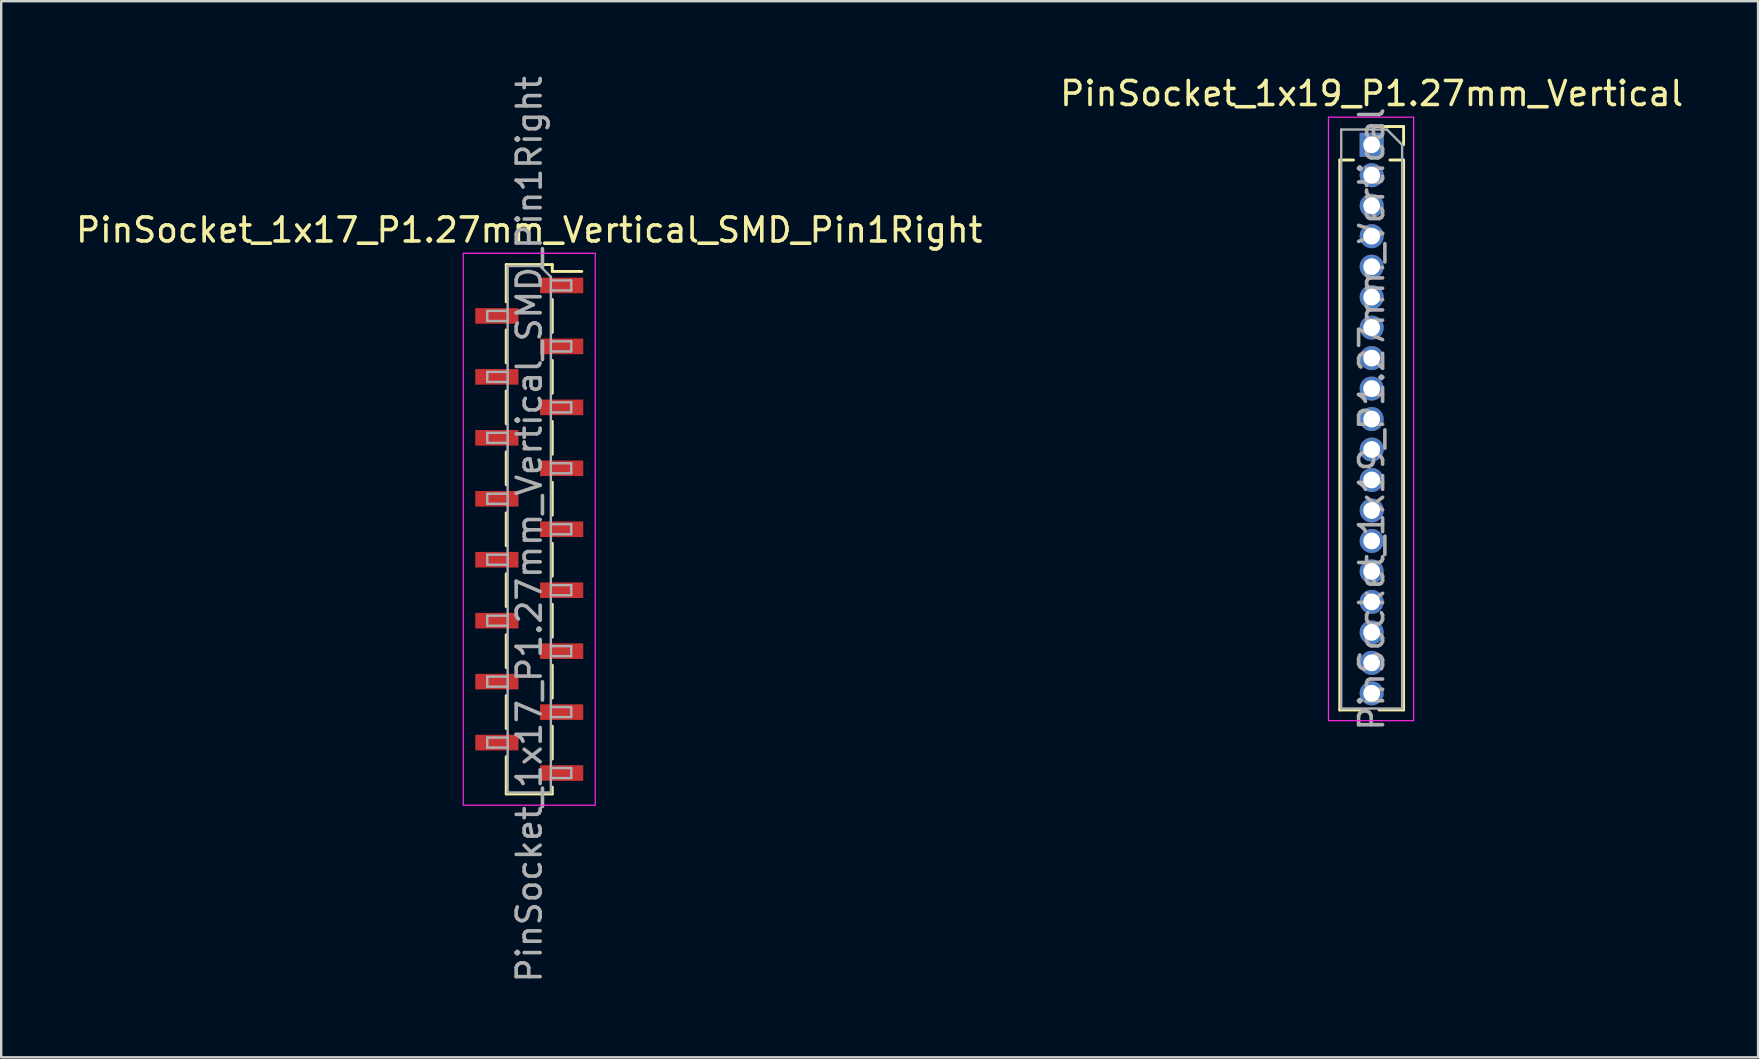
<source format=kicad_pcb>
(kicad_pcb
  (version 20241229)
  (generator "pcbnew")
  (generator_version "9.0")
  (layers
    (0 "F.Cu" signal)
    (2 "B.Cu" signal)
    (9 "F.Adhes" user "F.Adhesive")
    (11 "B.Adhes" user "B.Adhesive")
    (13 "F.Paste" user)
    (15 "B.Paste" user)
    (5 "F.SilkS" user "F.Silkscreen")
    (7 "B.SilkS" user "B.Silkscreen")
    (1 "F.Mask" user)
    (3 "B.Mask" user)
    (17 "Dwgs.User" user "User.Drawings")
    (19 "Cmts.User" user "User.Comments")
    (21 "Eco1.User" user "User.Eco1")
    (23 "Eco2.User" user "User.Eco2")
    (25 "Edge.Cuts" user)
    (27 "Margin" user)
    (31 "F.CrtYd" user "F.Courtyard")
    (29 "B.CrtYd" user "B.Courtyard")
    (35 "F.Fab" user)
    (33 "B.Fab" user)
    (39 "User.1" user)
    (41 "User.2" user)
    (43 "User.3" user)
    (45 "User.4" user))
  (footprint "PinSocket_1x19_P1.27mm_Vertical"
    (layer "F.Cu")
    (at 54.113 2.983)
    (property "Reference" "PinSocket_1x19_P1.27mm_Vertical" (at 0 -2.135 0) (layer "F.SilkS") (effects (font (size 1 1) (thickness 0.15))))
    (attr through_hole)
    (fp_line (start -1.33 0.635) (end -1.33 23.555) (stroke (width 0.12) (type solid)) (layer "F.SilkS"))
    (fp_line (start -1.33 0.635) (end -0.76 0.635) (stroke (width 0.12) (type solid)) (layer "F.SilkS"))
    (fp_line (start -1.33 23.555) (end -0.308 23.555) (stroke (width 0.12) (type solid)) (layer "F.SilkS"))
    (fp_line (start 0 -0.76) (end 1.33 -0.76) (stroke (width 0.12) (type solid)) (layer "F.SilkS"))
    (fp_line (start 0.308 23.555) (end 1.33 23.555) (stroke (width 0.12) (type solid)) (layer "F.SilkS"))
    (fp_line (start 0.76 0.635) (end 1.33 0.635) (stroke (width 0.12) (type solid)) (layer "F.SilkS"))
    (fp_line (start 1.33 -0.76) (end 1.33 0) (stroke (width 0.12) (type solid)) (layer "F.SilkS"))
    (fp_line (start 1.33 0.635) (end 1.33 23.555) (stroke (width 0.12) (type solid)) (layer "F.SilkS"))
    (fp_line (start -1.8 -1.15) (end 1.75 -1.15) (stroke (width 0.05) (type solid)) (layer "F.CrtYd"))
    (fp_line (start -1.8 24) (end -1.8 -1.15) (stroke (width 0.05) (type solid)) (layer "F.CrtYd"))
    (fp_line (start 1.75 -1.15) (end 1.75 24) (stroke (width 0.05) (type solid)) (layer "F.CrtYd"))
    (fp_line (start 1.75 24) (end -1.8 24) (stroke (width 0.05) (type solid)) (layer "F.CrtYd"))
    (fp_line (start -1.27 -0.635) (end 0.635 -0.635) (stroke (width 0.1) (type solid)) (layer "F.Fab"))
    (fp_line (start -1.27 23.495) (end -1.27 -0.635) (stroke (width 0.1) (type solid)) (layer "F.Fab"))
    (fp_line (start 0.635 -0.635) (end 1.27 0) (stroke (width 0.1) (type solid)) (layer "F.Fab"))
    (fp_line (start 1.27 0) (end 1.27 23.495) (stroke (width 0.1) (type solid)) (layer "F.Fab"))
    (fp_line (start 1.27 23.495) (end -1.27 23.495) (stroke (width 0.1) (type solid)) (layer "F.Fab"))
    (fp_text user "${REFERENCE}" (at 0 11.43 90) (layer "F.Fab") (effects (font (size 1 1) (thickness 0.15))))
    (pad "1" thru_hole rect (at 0 0) (size 1 1) (drill 0.7) (layers "*.Cu" "*.Mask"))
    (pad "2" thru_hole oval (at 0 1.27) (size 1 1) (drill 0.7) (layers "*.Cu" "*.Mask"))
    (pad "3" thru_hole oval (at 0 2.54) (size 1 1) (drill 0.7) (layers "*.Cu" "*.Mask"))
    (pad "4" thru_hole oval (at 0 3.81) (size 1 1) (drill 0.7) (layers "*.Cu" "*.Mask"))
    (pad "5" thru_hole oval (at 0 5.08) (size 1 1) (drill 0.7) (layers "*.Cu" "*.Mask"))
    (pad "6" thru_hole oval (at 0 6.35) (size 1 1) (drill 0.7) (layers "*.Cu" "*.Mask"))
    (pad "7" thru_hole oval (at 0 7.62) (size 1 1) (drill 0.7) (layers "*.Cu" "*.Mask"))
    (pad "8" thru_hole oval (at 0 8.89) (size 1 1) (drill 0.7) (layers "*.Cu" "*.Mask"))
    (pad "9" thru_hole oval (at 0 10.16) (size 1 1) (drill 0.7) (layers "*.Cu" "*.Mask"))
    (pad "10" thru_hole oval (at 0 11.43) (size 1 1) (drill 0.7) (layers "*.Cu" "*.Mask"))
    (pad "11" thru_hole oval (at 0 12.7) (size 1 1) (drill 0.7) (layers "*.Cu" "*.Mask"))
    (pad "12" thru_hole oval (at 0 13.97) (size 1 1) (drill 0.7) (layers "*.Cu" "*.Mask"))
    (pad "13" thru_hole oval (at 0 15.24) (size 1 1) (drill 0.7) (layers "*.Cu" "*.Mask"))
    (pad "14" thru_hole oval (at 0 16.51) (size 1 1) (drill 0.7) (layers "*.Cu" "*.Mask"))
    (pad "15" thru_hole oval (at 0 17.78) (size 1 1) (drill 0.7) (layers "*.Cu" "*.Mask"))
    (pad "16" thru_hole oval (at 0 19.05) (size 1 1) (drill 0.7) (layers "*.Cu" "*.Mask"))
    (pad "17" thru_hole oval (at 0 20.32) (size 1 1) (drill 0.7) (layers "*.Cu" "*.Mask"))
    (pad "18" thru_hole oval (at 0 21.59) (size 1 1) (drill 0.7) (layers "*.Cu" "*.Mask"))
    (pad "19" thru_hole oval (at 0 22.86) (size 1 1) (drill 0.7) (layers "*.Cu" "*.Mask")))
  (footprint "PinSocket_1x17_P1.27mm_Vertical_SMD_Pin1Right"
    (layer "F.Cu")
    (at 19.006 19.006)
    (property "Reference" "PinSocket_1x17_P1.27mm_Vertical_SMD_Pin1Right" (at 0 -12.47 0) (layer "F.SilkS") (effects (font (size 1 1) (thickness 0.15))))
    (attr smd)
    (fp_line (start -0.96 -11.03) (end -0.96 -9.475) (stroke (width 0.12) (type solid)) (layer "F.SilkS"))
    (fp_line (start -0.96 -11.03) (end 0.96 -11.03) (stroke (width 0.12) (type solid)) (layer "F.SilkS"))
    (fp_line (start -0.96 -8.305) (end -0.96 -6.935) (stroke (width 0.12) (type solid)) (layer "F.SilkS"))
    (fp_line (start -0.96 -5.765) (end -0.96 -4.395) (stroke (width 0.12) (type solid)) (layer "F.SilkS"))
    (fp_line (start -0.96 -3.225) (end -0.96 -1.855) (stroke (width 0.12) (type solid)) (layer "F.SilkS"))
    (fp_line (start -0.96 -0.685) (end -0.96 0.685) (stroke (width 0.12) (type solid)) (layer "F.SilkS"))
    (fp_line (start -0.96 1.855) (end -0.96 3.225) (stroke (width 0.12) (type solid)) (layer "F.SilkS"))
    (fp_line (start -0.96 4.395) (end -0.96 5.765) (stroke (width 0.12) (type solid)) (layer "F.SilkS"))
    (fp_line (start -0.96 6.935) (end -0.96 8.305) (stroke (width 0.12) (type solid)) (layer "F.SilkS"))
    (fp_line (start -0.96 9.475) (end -0.96 11.03) (stroke (width 0.12) (type solid)) (layer "F.SilkS"))
    (fp_line (start -0.96 11.03) (end 0.96 11.03) (stroke (width 0.12) (type solid)) (layer "F.SilkS"))
    (fp_line (start 0.96 -11.03) (end 0.96 -10.745) (stroke (width 0.12) (type solid)) (layer "F.SilkS"))
    (fp_line (start 0.96 -10.745) (end 2.19 -10.745) (stroke (width 0.12) (type solid)) (layer "F.SilkS"))
    (fp_line (start 0.96 -9.575) (end 0.96 -8.205) (stroke (width 0.12) (type solid)) (layer "F.SilkS"))
    (fp_line (start 0.96 -7.035) (end 0.96 -5.665) (stroke (width 0.12) (type solid)) (layer "F.SilkS"))
    (fp_line (start 0.96 -4.495) (end 0.96 -3.125) (stroke (width 0.12) (type solid)) (layer "F.SilkS"))
    (fp_line (start 0.96 -1.955) (end 0.96 -0.585) (stroke (width 0.12) (type solid)) (layer "F.SilkS"))
    (fp_line (start 0.96 0.585) (end 0.96 1.955) (stroke (width 0.12) (type solid)) (layer "F.SilkS"))
    (fp_line (start 0.96 3.125) (end 0.96 4.495) (stroke (width 0.12) (type solid)) (layer "F.SilkS"))
    (fp_line (start 0.96 5.665) (end 0.96 7.035) (stroke (width 0.12) (type solid)) (layer "F.SilkS"))
    (fp_line (start 0.96 8.205) (end 0.96 9.575) (stroke (width 0.12) (type solid)) (layer "F.SilkS"))
    (fp_line (start 0.96 10.745) (end 0.96 11.03) (stroke (width 0.12) (type solid)) (layer "F.SilkS"))
    (fp_line (start -2.75 -11.5) (end 2.75 -11.5) (stroke (width 0.05) (type solid)) (layer "F.CrtYd"))
    (fp_line (start -2.75 11.5) (end -2.75 -11.5) (stroke (width 0.05) (type solid)) (layer "F.CrtYd"))
    (fp_line (start 2.75 -11.5) (end 2.75 11.5) (stroke (width 0.05) (type solid)) (layer "F.CrtYd"))
    (fp_line (start 2.75 11.5) (end -2.75 11.5) (stroke (width 0.05) (type solid)) (layer "F.CrtYd"))
    (fp_line (start -1.75 -9.1) (end -0.9 -9.1) (stroke (width 0.1) (type solid)) (layer "F.Fab"))
    (fp_line (start -1.75 -8.68) (end -1.75 -9.1) (stroke (width 0.1) (type solid)) (layer "F.Fab"))
    (fp_line (start -1.75 -6.56) (end -0.9 -6.56) (stroke (width 0.1) (type solid)) (layer "F.Fab"))
    (fp_line (start -1.75 -6.14) (end -1.75 -6.56) (stroke (width 0.1) (type solid)) (layer "F.Fab"))
    (fp_line (start -1.75 -4.02) (end -0.9 -4.02) (stroke (width 0.1) (type solid)) (layer "F.Fab"))
    (fp_line (start -1.75 -3.6) (end -1.75 -4.02) (stroke (width 0.1) (type solid)) (layer "F.Fab"))
    (fp_line (start -1.75 -1.48) (end -0.9 -1.48) (stroke (width 0.1) (type solid)) (layer "F.Fab"))
    (fp_line (start -1.75 -1.06) (end -1.75 -1.48) (stroke (width 0.1) (type solid)) (layer "F.Fab"))
    (fp_line (start -1.75 1.06) (end -0.9 1.06) (stroke (width 0.1) (type solid)) (layer "F.Fab"))
    (fp_line (start -1.75 1.48) (end -1.75 1.06) (stroke (width 0.1) (type solid)) (layer "F.Fab"))
    (fp_line (start -1.75 3.6) (end -0.9 3.6) (stroke (width 0.1) (type solid)) (layer "F.Fab"))
    (fp_line (start -1.75 4.02) (end -1.75 3.6) (stroke (width 0.1) (type solid)) (layer "F.Fab"))
    (fp_line (start -1.75 6.14) (end -0.9 6.14) (stroke (width 0.1) (type solid)) (layer "F.Fab"))
    (fp_line (start -1.75 6.56) (end -1.75 6.14) (stroke (width 0.1) (type solid)) (layer "F.Fab"))
    (fp_line (start -1.75 8.68) (end -0.9 8.68) (stroke (width 0.1) (type solid)) (layer "F.Fab"))
    (fp_line (start -1.75 9.1) (end -1.75 8.68) (stroke (width 0.1) (type solid)) (layer "F.Fab"))
    (fp_line (start -0.9 -10.97) (end 0.45 -10.97) (stroke (width 0.1) (type solid)) (layer "F.Fab"))
    (fp_line (start -0.9 -8.68) (end -1.75 -8.68) (stroke (width 0.1) (type solid)) (layer "F.Fab"))
    (fp_line (start -0.9 -6.14) (end -1.75 -6.14) (stroke (width 0.1) (type solid)) (layer "F.Fab"))
    (fp_line (start -0.9 -3.6) (end -1.75 -3.6) (stroke (width 0.1) (type solid)) (layer "F.Fab"))
    (fp_line (start -0.9 -1.06) (end -1.75 -1.06) (stroke (width 0.1) (type solid)) (layer "F.Fab"))
    (fp_line (start -0.9 1.48) (end -1.75 1.48) (stroke (width 0.1) (type solid)) (layer "F.Fab"))
    (fp_line (start -0.9 4.02) (end -1.75 4.02) (stroke (width 0.1) (type solid)) (layer "F.Fab"))
    (fp_line (start -0.9 6.56) (end -1.75 6.56) (stroke (width 0.1) (type solid)) (layer "F.Fab"))
    (fp_line (start -0.9 9.1) (end -1.75 9.1) (stroke (width 0.1) (type solid)) (layer "F.Fab"))
    (fp_line (start -0.9 10.97) (end -0.9 -10.97) (stroke (width 0.1) (type solid)) (layer "F.Fab"))
    (fp_line (start 0.45 -10.97) (end 0.9 -10.52) (stroke (width 0.1) (type solid)) (layer "F.Fab"))
    (fp_line (start 0.9 -10.52) (end 0.9 10.97) (stroke (width 0.1) (type solid)) (layer "F.Fab"))
    (fp_line (start 0.9 -10.37) (end 1.75 -10.37) (stroke (width 0.1) (type solid)) (layer "F.Fab"))
    (fp_line (start 0.9 -7.83) (end 1.75 -7.83) (stroke (width 0.1) (type solid)) (layer "F.Fab"))
    (fp_line (start 0.9 -5.29) (end 1.75 -5.29) (stroke (width 0.1) (type solid)) (layer "F.Fab"))
    (fp_line (start 0.9 -2.75) (end 1.75 -2.75) (stroke (width 0.1) (type solid)) (layer "F.Fab"))
    (fp_line (start 0.9 -0.21) (end 1.75 -0.21) (stroke (width 0.1) (type solid)) (layer "F.Fab"))
    (fp_line (start 0.9 2.33) (end 1.75 2.33) (stroke (width 0.1) (type solid)) (layer "F.Fab"))
    (fp_line (start 0.9 4.87) (end 1.75 4.87) (stroke (width 0.1) (type solid)) (layer "F.Fab"))
    (fp_line (start 0.9 7.41) (end 1.75 7.41) (stroke (width 0.1) (type solid)) (layer "F.Fab"))
    (fp_line (start 0.9 9.95) (end 1.75 9.95) (stroke (width 0.1) (type solid)) (layer "F.Fab"))
    (fp_line (start 0.9 10.97) (end -0.9 10.97) (stroke (width 0.1) (type solid)) (layer "F.Fab"))
    (fp_line (start 1.75 -10.37) (end 1.75 -9.95) (stroke (width 0.1) (type solid)) (layer "F.Fab"))
    (fp_line (start 1.75 -9.95) (end 0.9 -9.95) (stroke (width 0.1) (type solid)) (layer "F.Fab"))
    (fp_line (start 1.75 -7.83) (end 1.75 -7.41) (stroke (width 0.1) (type solid)) (layer "F.Fab"))
    (fp_line (start 1.75 -7.41) (end 0.9 -7.41) (stroke (width 0.1) (type solid)) (layer "F.Fab"))
    (fp_line (start 1.75 -5.29) (end 1.75 -4.87) (stroke (width 0.1) (type solid)) (layer "F.Fab"))
    (fp_line (start 1.75 -4.87) (end 0.9 -4.87) (stroke (width 0.1) (type solid)) (layer "F.Fab"))
    (fp_line (start 1.75 -2.75) (end 1.75 -2.33) (stroke (width 0.1) (type solid)) (layer "F.Fab"))
    (fp_line (start 1.75 -2.33) (end 0.9 -2.33) (stroke (width 0.1) (type solid)) (layer "F.Fab"))
    (fp_line (start 1.75 -0.21) (end 1.75 0.21) (stroke (width 0.1) (type solid)) (layer "F.Fab"))
    (fp_line (start 1.75 0.21) (end 0.9 0.21) (stroke (width 0.1) (type solid)) (layer "F.Fab"))
    (fp_line (start 1.75 2.33) (end 1.75 2.75) (stroke (width 0.1) (type solid)) (layer "F.Fab"))
    (fp_line (start 1.75 2.75) (end 0.9 2.75) (stroke (width 0.1) (type solid)) (layer "F.Fab"))
    (fp_line (start 1.75 4.87) (end 1.75 5.29) (stroke (width 0.1) (type solid)) (layer "F.Fab"))
    (fp_line (start 1.75 5.29) (end 0.9 5.29) (stroke (width 0.1) (type solid)) (layer "F.Fab"))
    (fp_line (start 1.75 7.41) (end 1.75 7.83) (stroke (width 0.1) (type solid)) (layer "F.Fab"))
    (fp_line (start 1.75 7.83) (end 0.9 7.83) (stroke (width 0.1) (type solid)) (layer "F.Fab"))
    (fp_line (start 1.75 9.95) (end 1.75 10.37) (stroke (width 0.1) (type solid)) (layer "F.Fab"))
    (fp_line (start 1.75 10.37) (end 0.9 10.37) (stroke (width 0.1) (type solid)) (layer "F.Fab"))
    (fp_text user "${REFERENCE}" (at 0 0 90) (layer "F.Fab") (effects (font (size 1 1) (thickness 0.15))))
    (pad "1" smd rect (at 1.35 -10.16) (size 1.8 0.65) (layers "F.Cu" "F.Mask" "F.Paste"))
    (pad "2" smd rect (at -1.35 -8.89) (size 1.8 0.65) (layers "F.Cu" "F.Mask" "F.Paste"))
    (pad "3" smd rect (at 1.35 -7.62) (size 1.8 0.65) (layers "F.Cu" "F.Mask" "F.Paste"))
    (pad "4" smd rect (at -1.35 -6.35) (size 1.8 0.65) (layers "F.Cu" "F.Mask" "F.Paste"))
    (pad "5" smd rect (at 1.35 -5.08) (size 1.8 0.65) (layers "F.Cu" "F.Mask" "F.Paste"))
    (pad "6" smd rect (at -1.35 -3.81) (size 1.8 0.65) (layers "F.Cu" "F.Mask" "F.Paste"))
    (pad "7" smd rect (at 1.35 -2.54) (size 1.8 0.65) (layers "F.Cu" "F.Mask" "F.Paste"))
    (pad "8" smd rect (at -1.35 -1.27) (size 1.8 0.65) (layers "F.Cu" "F.Mask" "F.Paste"))
    (pad "9" smd rect (at 1.35 0) (size 1.8 0.65) (layers "F.Cu" "F.Mask" "F.Paste"))
    (pad "10" smd rect (at -1.35 1.27) (size 1.8 0.65) (layers "F.Cu" "F.Mask" "F.Paste"))
    (pad "11" smd rect (at 1.35 2.54) (size 1.8 0.65) (layers "F.Cu" "F.Mask" "F.Paste"))
    (pad "12" smd rect (at -1.35 3.81) (size 1.8 0.65) (layers "F.Cu" "F.Mask" "F.Paste"))
    (pad "13" smd rect (at 1.35 5.08) (size 1.8 0.65) (layers "F.Cu" "F.Mask" "F.Paste"))
    (pad "14" smd rect (at -1.35 6.35) (size 1.8 0.65) (layers "F.Cu" "F.Mask" "F.Paste"))
    (pad "15" smd rect (at 1.35 7.62) (size 1.8 0.65) (layers "F.Cu" "F.Mask" "F.Paste"))
    (pad "16" smd rect (at -1.35 8.89) (size 1.8 0.65) (layers "F.Cu" "F.Mask" "F.Paste"))
    (pad "17" smd rect (at 1.35 10.16) (size 1.8 0.65) (layers "F.Cu" "F.Mask" "F.Paste")))
  (gr_rect
    (start -3 -3)
    (end 70.214 41.012)
    (stroke (width 0.1) (type default))
    (fill no)
    (layer "Edge.Cuts")))
</source>
